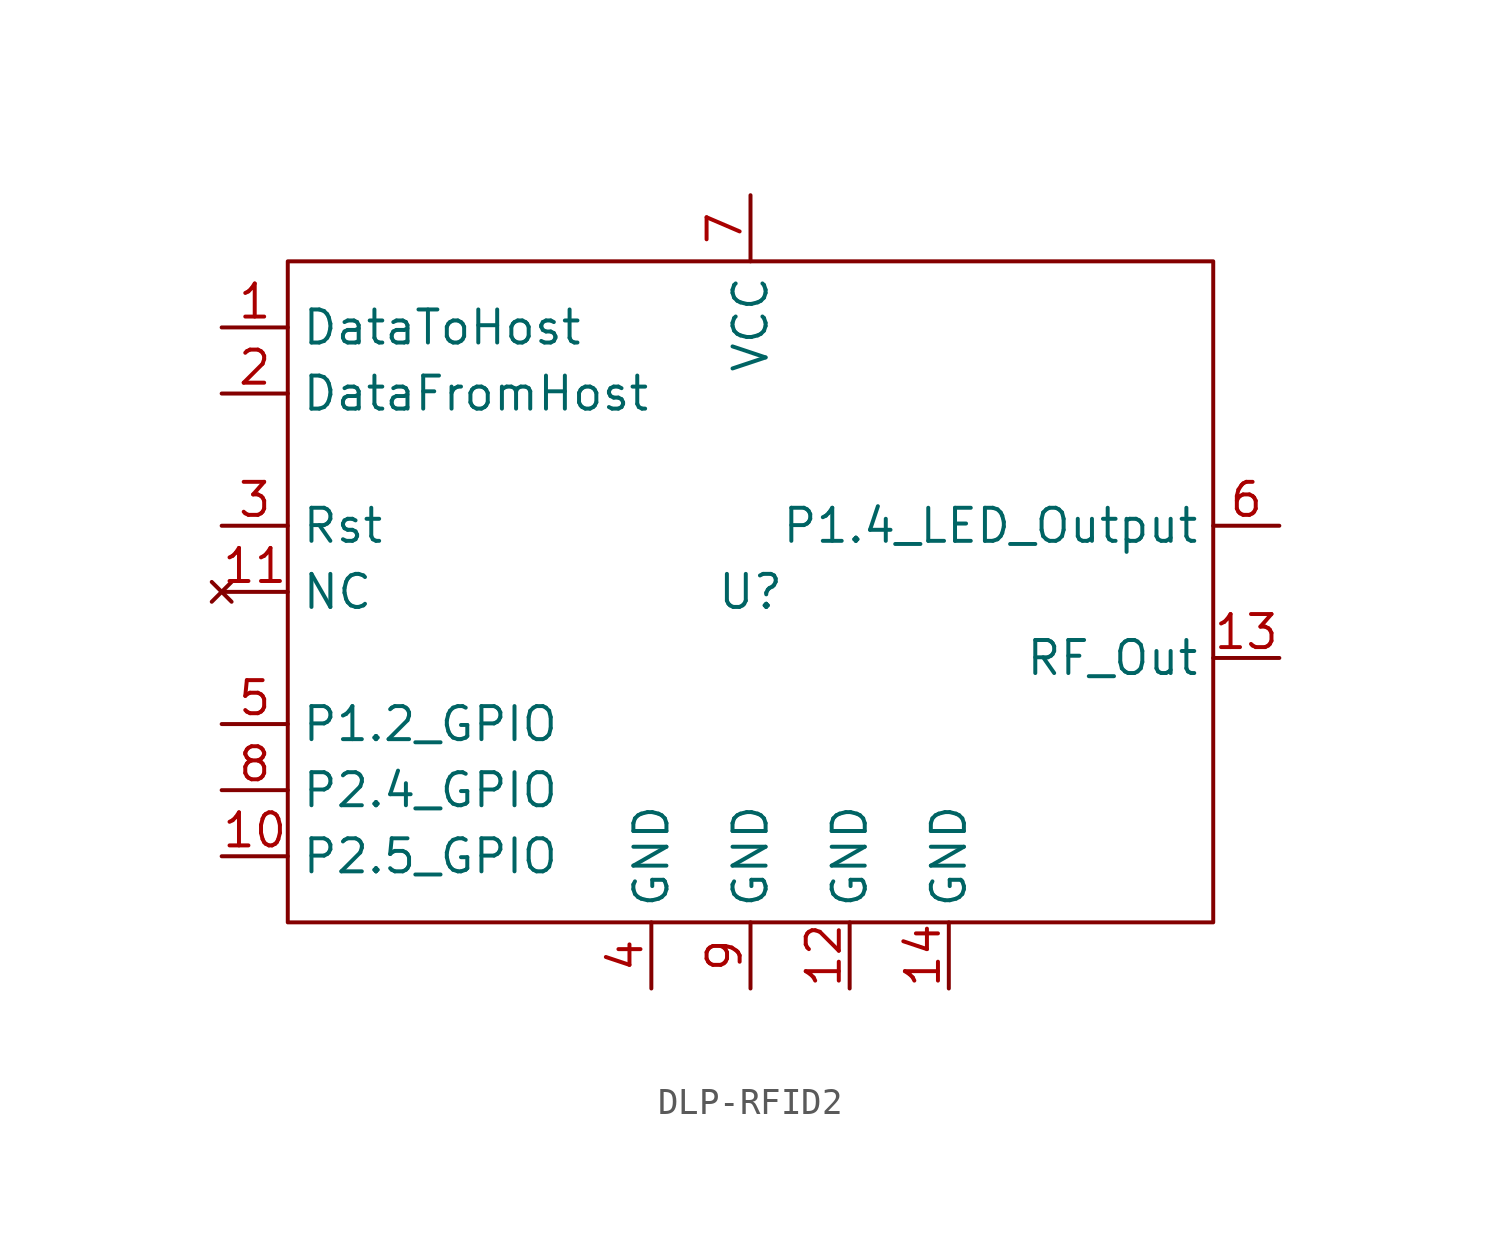
<source format=kicad_sym>
(kicad_symbol_lib
  (version 20220914)
  (generator kicad_symbol_editor)
  (symbol "DLP-RFID2"
    (property "Reference" "U"
      (at 0 0 0)
      (effects (font (size 1.27 1.27))))
    (property "Value" ""
      (at -20.32 10.16 0)
      (effects (font (size 1.27 1.27))))
    (symbol "DLP-RFID2_0_0"
      (pin output line (at -20.32 10.16 0) (length 2.54) (name "DataToHost" (effects (font (size 1.27 1.27)))) (number "1" (effects (font (size 1.27 1.27)))))
      (pin bidirectional line (at -20.32 -10.16 0) (length 2.54) (name "P2.5_GPIO" (effects (font (size 1.27 1.27)))) (number "10" (effects (font (size 1.27 1.27)))))
      (pin no_connect line (at -20.32 0 0) (length 2.54) (name "NC" (effects (font (size 1.27 1.27)))) (number "11" (effects (font (size 1.27 1.27)))))
      (pin output line (at 3.81 -15.24 90) (length 2.54) (name "GND" (effects (font (size 1.27 1.27)))) (number "12" (effects (font (size 1.27 1.27)))))
      (pin output line (at 20.32 -2.54 180) (length 2.54) (name "RF_Out" (effects (font (size 1.27 1.27)))) (number "13" (effects (font (size 1.27 1.27)))))
      (pin output line (at 7.62 -15.24 90) (length 2.54) (name "GND" (effects (font (size 1.27 1.27)))) (number "14" (effects (font (size 1.27 1.27)))))
      (pin input line (at -20.32 7.62 0) (length 2.54) (name "DataFromHost" (effects (font (size 1.27 1.27)))) (number "2" (effects (font (size 1.27 1.27)))))
      (pin input line (at -20.32 2.54 0) (length 2.54) (name "Rst" (effects (font (size 1.27 1.27)))) (number "3" (effects (font (size 1.27 1.27)))))
      (pin output line (at -3.81 -15.24 90) (length 2.54) (name "GND" (effects (font (size 1.27 1.27)))) (number "4" (effects (font (size 1.27 1.27)))))
      (pin bidirectional line (at -20.32 -5.08 0) (length 2.54) (name "P1.2_GPIO" (effects (font (size 1.27 1.27)))) (number "5" (effects (font (size 1.27 1.27)))))
      (pin output line (at 20.32 2.54 180) (length 2.54) (name "P1.4_LED_Output" (effects (font (size 1.27 1.27)))) (number "6" (effects (font (size 1.27 1.27)))))
      (pin input line (at 0 15.24 270) (length 2.54) (name "VCC" (effects (font (size 1.27 1.27)))) (number "7" (effects (font (size 1.27 1.27)))))
      (pin bidirectional line (at -20.32 -7.62 0) (length 2.54) (name "P2.4_GPIO" (effects (font (size 1.27 1.27)))) (number "8" (effects (font (size 1.27 1.27))))))
    (symbol "DLP-RFID2_0_1"
      (rectangle (start -17.78 12.7) (end 17.78 -12.7) (stroke (width 0) (type default)) (fill (type none))))
    (symbol "DLP-RFID2_1_0"
      (pin output line (at 0 -15.24 90) (length 2.54) (name "GND" (effects (font (size 1.27 1.27)))) (number "9" (effects (font (size 1.27 1.27))))))))
</source>
